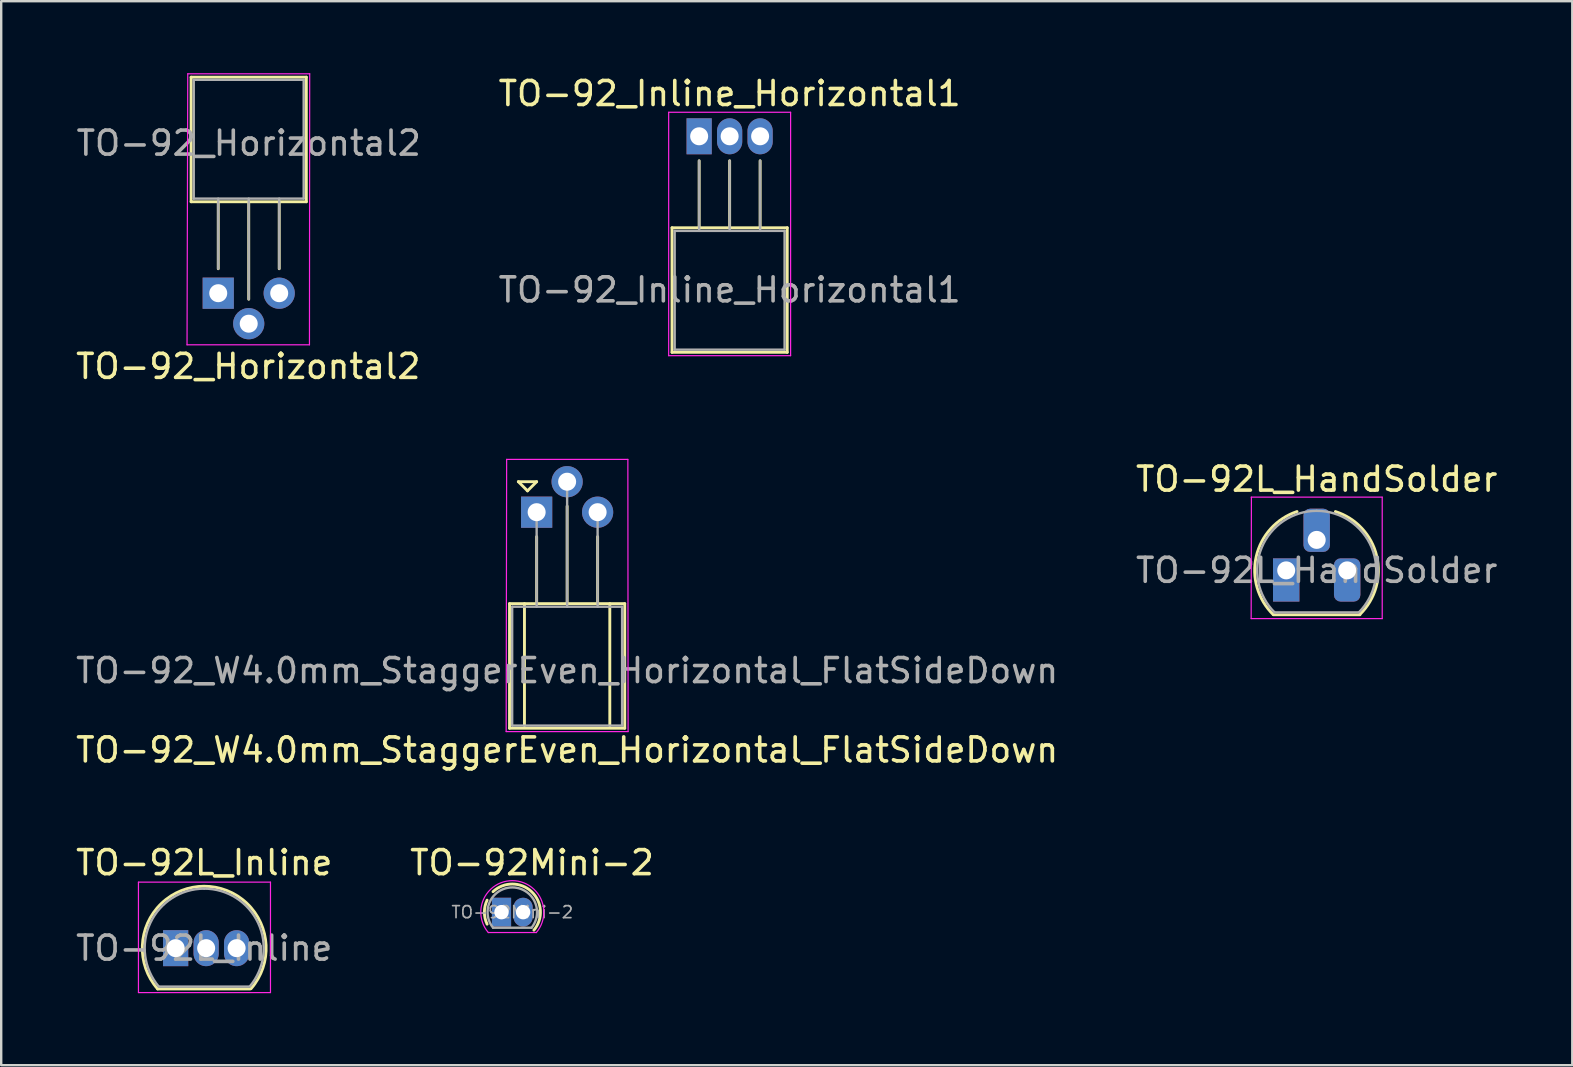
<source format=kicad_pcb>
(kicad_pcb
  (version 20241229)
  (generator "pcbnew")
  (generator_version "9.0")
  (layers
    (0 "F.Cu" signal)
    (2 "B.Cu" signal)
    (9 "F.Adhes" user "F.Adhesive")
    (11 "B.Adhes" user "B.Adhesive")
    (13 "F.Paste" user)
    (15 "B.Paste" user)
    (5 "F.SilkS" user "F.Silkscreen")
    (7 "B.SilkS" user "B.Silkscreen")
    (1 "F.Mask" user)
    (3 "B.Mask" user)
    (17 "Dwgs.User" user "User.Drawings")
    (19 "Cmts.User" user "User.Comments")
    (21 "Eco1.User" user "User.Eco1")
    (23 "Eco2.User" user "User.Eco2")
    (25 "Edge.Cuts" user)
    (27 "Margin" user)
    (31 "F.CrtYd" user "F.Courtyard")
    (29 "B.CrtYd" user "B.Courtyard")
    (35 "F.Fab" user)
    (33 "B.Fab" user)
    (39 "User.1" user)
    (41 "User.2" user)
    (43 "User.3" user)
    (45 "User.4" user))
  (footprint "TO-92_Horizontal2"
    (layer "F.Cu")
    (at 6.042 9.165)
    (property "Reference" "TO-92_Horizontal2" (at 1.25 3.05 0) (layer "F.SilkS") (effects (font (size 1 1) (thickness 0.15))))
    (attr through_hole)
    (fp_line (start -1.13 -9) (end -1.13 -3.81) (stroke (width 0.12) (type solid)) (layer "F.SilkS"))
    (fp_line (start -1.13 -3.81) (end 3.67 -3.81) (stroke (width 0.12) (type solid)) (layer "F.SilkS"))
    (fp_line (start 0 -1.02) (end 0 -3.81) (stroke (width 0.12) (type solid)) (layer "F.SilkS"))
    (fp_line (start 1.27 0.25) (end 1.27 -3.81) (stroke (width 0.12) (type solid)) (layer "F.SilkS"))
    (fp_line (start 2.54 -1.02) (end 2.54 -3.81) (stroke (width 0.12) (type solid)) (layer "F.SilkS"))
    (fp_line (start 3.67 -9) (end -1.13 -9) (stroke (width 0.12) (type solid)) (layer "F.SilkS"))
    (fp_line (start 3.67 -3.81) (end 3.67 -9) (stroke (width 0.12) (type solid)) (layer "F.SilkS"))
    (fp_line (start -1.27 -9.14) (end -1.3 2.15) (stroke (width 0.05) (type solid)) (layer "F.CrtYd"))
    (fp_line (start -1.27 -9.14) (end 3.81 -9.14) (stroke (width 0.05) (type solid)) (layer "F.CrtYd"))
    (fp_line (start 3.8 2.15) (end -1.3 2.15) (stroke (width 0.05) (type solid)) (layer "F.CrtYd"))
    (fp_line (start 3.8 2.15) (end 3.81 -9.14) (stroke (width 0.05) (type solid)) (layer "F.CrtYd"))
    (fp_line (start -1.02 -8.89) (end -1.02 -3.94) (stroke (width 0.1) (type solid)) (layer "F.Fab"))
    (fp_line (start -1.02 -3.94) (end 3.56 -3.94) (stroke (width 0.1) (type solid)) (layer "F.Fab"))
    (fp_line (start 0 -3.94) (end 0 -1.02) (stroke (width 0.1) (type solid)) (layer "F.Fab"))
    (fp_line (start 1.27 -3.94) (end 1.27 0.25) (stroke (width 0.1) (type solid)) (layer "F.Fab"))
    (fp_line (start 2.54 -3.94) (end 2.54 -1.02) (stroke (width 0.1) (type solid)) (layer "F.Fab"))
    (fp_line (start 3.56 -8.89) (end -1.02 -8.89) (stroke (width 0.1) (type solid)) (layer "F.Fab"))
    (fp_line (start 3.56 -3.94) (end 3.56 -8.89) (stroke (width 0.1) (type solid)) (layer "F.Fab"))
    (fp_text user "${REFERENCE}" (at 1.27 -6.25 0) (layer "F.Fab") (effects (font (size 1 1) (thickness 0.15))))
    (pad "1" thru_hole rect (at 0 0 270) (size 1.3 1.3) (drill 0.75) (layers "*.Cu" "*.Mask"))
    (pad "2" thru_hole circle (at 1.27 1.27 270) (size 1.3 1.3) (drill 0.75) (layers "*.Cu" "*.Mask"))
    (pad "3" thru_hole circle (at 2.54 0 270) (size 1.3 1.3) (drill 0.75) (layers "*.Cu" "*.Mask")))
  (footprint "TO-92_Inline_Horizontal1"
    (layer "F.Cu")
    (at 26.077 2.628)
    (property "Reference" "TO-92_Inline_Horizontal1" (at 1.27 -1.78 0) (layer "F.SilkS") (effects (font (size 1 1) (thickness 0.15))))
    (attr through_hole)
    (fp_line (start -1.13 3.81) (end 3.67 3.81) (stroke (width 0.12) (type solid)) (layer "F.SilkS"))
    (fp_line (start -1.13 9) (end -1.13 3.81) (stroke (width 0.12) (type solid)) (layer "F.SilkS"))
    (fp_line (start 0 1.02) (end 0 3.81) (stroke (width 0.12) (type solid)) (layer "F.SilkS"))
    (fp_line (start 1.27 1.02) (end 1.27 3.81) (stroke (width 0.12) (type solid)) (layer "F.SilkS"))
    (fp_line (start 2.54 1.02) (end 2.54 3.81) (stroke (width 0.12) (type solid)) (layer "F.SilkS"))
    (fp_line (start 3.67 3.81) (end 3.67 9) (stroke (width 0.12) (type solid)) (layer "F.SilkS"))
    (fp_line (start 3.67 9) (end -1.13 9) (stroke (width 0.12) (type solid)) (layer "F.SilkS"))
    (fp_line (start -1.27 -1) (end -1.27 9.14) (stroke (width 0.05) (type solid)) (layer "F.CrtYd"))
    (fp_line (start -1.27 -1) (end 3.81 -1) (stroke (width 0.05) (type solid)) (layer "F.CrtYd"))
    (fp_line (start 3.81 9.14) (end -1.27 9.14) (stroke (width 0.05) (type solid)) (layer "F.CrtYd"))
    (fp_line (start 3.81 9.14) (end 3.81 -1) (stroke (width 0.05) (type solid)) (layer "F.CrtYd"))
    (fp_line (start -1.02 3.94) (end 3.56 3.94) (stroke (width 0.1) (type solid)) (layer "F.Fab"))
    (fp_line (start -1.02 8.89) (end -1.02 3.94) (stroke (width 0.1) (type solid)) (layer "F.Fab"))
    (fp_line (start 0 3.94) (end 0 1.02) (stroke (width 0.1) (type solid)) (layer "F.Fab"))
    (fp_line (start 1.27 3.94) (end 1.27 1.02) (stroke (width 0.1) (type solid)) (layer "F.Fab"))
    (fp_line (start 2.54 3.94) (end 2.54 1.02) (stroke (width 0.1) (type solid)) (layer "F.Fab"))
    (fp_line (start 3.56 3.94) (end 3.56 8.89) (stroke (width 0.1) (type solid)) (layer "F.Fab"))
    (fp_line (start 3.56 8.89) (end -1.02 8.89) (stroke (width 0.1) (type solid)) (layer "F.Fab"))
    (fp_text user "${REFERENCE}" (at 1.27 6.4 0) (layer "F.Fab") (effects (font (size 1 1) (thickness 0.15))))
    (pad "1" thru_hole rect (at 0 0) (size 1.05 1.5) (drill 0.75) (layers "*.Cu" "*.Mask"))
    (pad "2" thru_hole oval (at 1.27 0) (size 1.05 1.5) (drill 0.75) (layers "*.Cu" "*.Mask"))
    (pad "3" thru_hole oval (at 2.54 0) (size 1.05 1.5) (drill 0.75) (layers "*.Cu" "*.Mask")))
  (footprint "TO-92L_HandSolder"
    (layer "F.Cu")
    (at 50.534 20.712)
    (property "Reference" "TO-92L_HandSolder" (at 1.27 -3.8 0) (layer "F.SilkS") (effects (font (size 1 1) (thickness 0.15))))
    (attr through_hole)
    (fp_line (start -0.53 1.85) (end 3.07 1.85) (stroke (width 0.12) (type solid)) (layer "F.SilkS"))
    (fp_arc (start -0.541453 1.842156) (mid -1.247298 -0.581475) (end 0.45 -2.45) (stroke (width 0.12) (type solid)) (layer "F.SilkS"))
    (fp_arc (start 2.05 -2.45) (mid 3.769931 -0.601036) (end 3.078445 1.827684) (stroke (width 0.12) (type solid)) (layer "F.SilkS"))
    (fp_line (start -1.46 -3.05) (end 4 -3.05) (stroke (width 0.05) (type solid)) (layer "F.CrtYd"))
    (fp_line (start -1.45 -3.05) (end -1.46 2.01) (stroke (width 0.05) (type solid)) (layer "F.CrtYd"))
    (fp_line (start 4 2.01) (end -1.46 2.01) (stroke (width 0.05) (type solid)) (layer "F.CrtYd"))
    (fp_line (start 4 2.01) (end 4 -3.05) (stroke (width 0.05) (type solid)) (layer "F.CrtYd"))
    (fp_line (start -0.5 1.75) (end 3 1.75) (stroke (width 0.1) (type solid)) (layer "F.Fab"))
    (fp_arc (start -0.483625 1.753625) (mid -1.021221 -0.949055) (end 1.27 -2.48) (stroke (width 0.1) (type solid)) (layer "F.Fab"))
    (fp_arc (start 1.27 -2.48) (mid 3.561221 -0.949055) (end 3.023625 1.753625) (stroke (width 0.1) (type solid)) (layer "F.Fab"))
    (fp_text user "${REFERENCE}" (at 1.27 0 0) (layer "F.Fab") (effects (font (size 1 1) (thickness 0.15))))
    (pad "1" thru_hole rect (at 0 0) (size 1.1 1.8) (drill 0.75 (offset 0 0.4)) (layers "*.Cu" "*.Mask"))
    (pad "2" thru_hole roundrect (at 1.27 -1.27) (size 1.1 1.8) (drill 0.75 (offset 0 -0.4)) (layers "*.Cu" "*.Mask") (roundrect_rratio 0.25))
    (pad "3" thru_hole roundrect (at 2.54 0) (size 1.1 1.8) (drill 0.75 (offset 0 0.4)) (layers "*.Cu" "*.Mask") (roundrect_rratio 0.25)))
  (footprint "TO-92_W4.0mm_StaggerEven_Horizontal_FlatSideDown"
    (layer "F.Cu")
    (at 19.307 18.288)
    (property "Reference" "TO-92_W4.0mm_StaggerEven_Horizontal_FlatSideDown" (at 1.27 9.906 0) (layer "F.SilkS") (effects (font (size 1 1) (thickness 0.15))))
    (attr through_hole)
    (fp_line (start -1.13 3.81) (end 3.67 3.81) (stroke (width 0.12) (type solid)) (layer "F.SilkS"))
    (fp_line (start -1.13 9) (end -1.13 3.81) (stroke (width 0.12) (type solid)) (layer "F.SilkS"))
    (fp_line (start -0.762 -1.27) (end -0.381 -0.889) (stroke (width 0.12) (type solid)) (layer "F.SilkS"))
    (fp_line (start -0.508 3.81) (end -0.508 8.89) (stroke (width 0.12) (type solid)) (layer "F.SilkS"))
    (fp_line (start -0.381 -0.889) (end 0 -1.27) (stroke (width 0.12) (type solid)) (layer "F.SilkS"))
    (fp_line (start 0 -1.27) (end -0.762 -1.27) (stroke (width 0.12) (type solid)) (layer "F.SilkS"))
    (fp_line (start 0 1.02) (end 0 3.81) (stroke (width 0.12) (type solid)) (layer "F.SilkS"))
    (fp_line (start 1.27 -0.25) (end 1.27 3.81) (stroke (width 0.12) (type solid)) (layer "F.SilkS"))
    (fp_line (start 2.54 1.02) (end 2.54 3.81) (stroke (width 0.12) (type solid)) (layer "F.SilkS"))
    (fp_line (start 3.048 8.89) (end 3.048 3.81) (stroke (width 0.12) (type solid)) (layer "F.SilkS"))
    (fp_line (start 3.67 3.81) (end 3.67 9) (stroke (width 0.12) (type solid)) (layer "F.SilkS"))
    (fp_line (start 3.67 9) (end -1.13 9) (stroke (width 0.12) (type solid)) (layer "F.SilkS"))
    (fp_line (start -1.25 -2.2) (end -1.27 9.14) (stroke (width 0.05) (type solid)) (layer "F.CrtYd"))
    (fp_line (start -1.25 -2.2) (end 3.8 -2.2) (stroke (width 0.05) (type solid)) (layer "F.CrtYd"))
    (fp_line (start 3.81 9.14) (end -1.27 9.14) (stroke (width 0.05) (type solid)) (layer "F.CrtYd"))
    (fp_line (start 3.81 9.14) (end 3.8 -2.2) (stroke (width 0.05) (type solid)) (layer "F.CrtYd"))
    (fp_line (start -1.02 3.94) (end 3.56 3.94) (stroke (width 0.1) (type solid)) (layer "F.Fab"))
    (fp_line (start -1.02 8.89) (end -1.02 3.94) (stroke (width 0.1) (type solid)) (layer "F.Fab"))
    (fp_line (start 0 3.94) (end 0 0) (stroke (width 0.1) (type solid)) (layer "F.Fab"))
    (fp_line (start 1.27 3.94) (end 1.27 -1.27) (stroke (width 0.1) (type solid)) (layer "F.Fab"))
    (fp_line (start 2.54 3.94) (end 2.54 0) (stroke (width 0.1) (type solid)) (layer "F.Fab"))
    (fp_line (start 3.56 3.94) (end 3.56 8.89) (stroke (width 0.1) (type solid)) (layer "F.Fab"))
    (fp_line (start 3.56 8.89) (end -1.02 8.89) (stroke (width 0.1) (type solid)) (layer "F.Fab"))
    (fp_text user "${REFERENCE}" (at 1.27 6.6 0) (layer "F.Fab") (effects (font (size 1 1) (thickness 0.15))))
    (pad "1" thru_hole rect (at 0 0 90) (size 1.3 1.3) (drill 0.75) (layers "*.Cu" "*.Mask"))
    (pad "2" thru_hole circle (at 1.27 -1.27 90) (size 1.3 1.3) (drill 0.75) (layers "*.Cu" "*.Mask"))
    (pad "3" thru_hole circle (at 2.54 0 90) (size 1.3 1.3) (drill 0.75) (layers "*.Cu" "*.Mask")))
  (footprint "TO-92Mini-2"
    (layer "F.Cu")
    (at 17.843 34.951)
    (property "Reference" "TO-92Mini-2" (at 1.27 -2.06 0) (layer "F.SilkS") (effects (font (size 1 1) (thickness 0.15))))
    (attr through_hole)
    (fp_arc (start -0.599971 0.500061) (mid -0.71297 0.000034) (end -0.6 -0.5) (stroke (width 0.12) (type solid)) (layer "F.SilkS"))
    (fp_arc (start -0.352932 -0.853112) (mid 1.253024 -0.853025) (end 1.35 0.75) (stroke (width 0.12) (type solid)) (layer "F.SilkS"))
    (fp_line (start -0.55 0.85) (end 1.45 0.85) (stroke (width 0.05) (type solid)) (layer "F.CrtYd"))
    (fp_arc (start -0.550431 0.849492) (mid 0.450333 -1.31244) (end 1.45 0.85) (stroke (width 0.05) (type solid)) (layer "F.CrtYd"))
    (fp_line (start -0.35 0.65) (end 1.25 0.65) (stroke (width 0.1) (type solid)) (layer "F.Fab"))
    (fp_arc (start -0.349861 0.650171) (mid 0.44989 -1.030776) (end 1.25 0.65) (stroke (width 0.1) (type solid)) (layer "F.Fab"))
    (fp_text user "${REFERENCE}" (at 0.45 0 0) (layer "F.Fab") (effects (font (size 0.5 0.5) (thickness 0.07))))
    (pad "1" thru_hole rect (at 0 0) (size 0.8 1.2) (drill 0.6) (layers "*.Cu" "*.Mask"))
    (pad "2" thru_hole oval (at 0.9 0) (size 0.8 1.2) (drill 0.6) (layers "*.Cu" "*.Mask")))
  (footprint "TO-92L_Inline"
    (layer "F.Cu")
    (at 4.268 36.451)
    (property "Reference" "TO-92L_Inline" (at 1.19 -3.56 0) (layer "F.SilkS") (effects (font (size 1 1) (thickness 0.15))))
    (attr through_hole)
    (fp_line (start -0.75 1.7) (end 3.1 1.7) (stroke (width 0.12) (type solid)) (layer "F.SilkS"))
    (fp_arc (start -0.75 1.7) (mid 1.183448 -2.579449) (end 3.138611 1.690122) (stroke (width 0.12) (type solid)) (layer "F.SilkS"))
    (fp_line (start -1.55 -2.75) (end -1.55 1.85) (stroke (width 0.05) (type solid)) (layer "F.CrtYd"))
    (fp_line (start -1.55 -2.75) (end 3.95 -2.75) (stroke (width 0.05) (type solid)) (layer "F.CrtYd"))
    (fp_line (start 3.95 1.85) (end -1.55 1.85) (stroke (width 0.05) (type solid)) (layer "F.CrtYd"))
    (fp_line (start 3.95 1.85) (end 3.95 -2.75) (stroke (width 0.05) (type solid)) (layer "F.CrtYd"))
    (fp_line (start -0.7 1.6) (end 3.05 1.6) (stroke (width 0.1) (type solid)) (layer "F.Fab"))
    (fp_arc (start -0.702818 1.602385) (mid -1.059924 -1.043188) (end 1.19 -2.48) (stroke (width 0.1) (type solid)) (layer "F.Fab"))
    (fp_arc (start 1.19 -2.48) (mid 3.437211 -1.049019) (end 3.091103 1.592547) (stroke (width 0.1) (type solid)) (layer "F.Fab"))
    (fp_text user "${REFERENCE}" (at 1.19 0 0) (layer "F.Fab") (effects (font (size 1 1) (thickness 0.15))))
    (pad "1" thru_hole rect (at 0 0) (size 1.05 1.5) (drill 0.75) (layers "*.Cu" "*.Mask"))
    (pad "2" thru_hole oval (at 1.27 0) (size 1.05 1.5) (drill 0.75) (layers "*.Cu" "*.Mask"))
    (pad "3" thru_hole oval (at 2.54 0) (size 1.05 1.5) (drill 0.75) (layers "*.Cu" "*.Mask")))
  (gr_rect
    (start -3 -3)
    (end 62.452 41.326)
    (stroke (width 0.1) (type default))
    (fill no)
    (layer "Edge.Cuts")))
</source>
